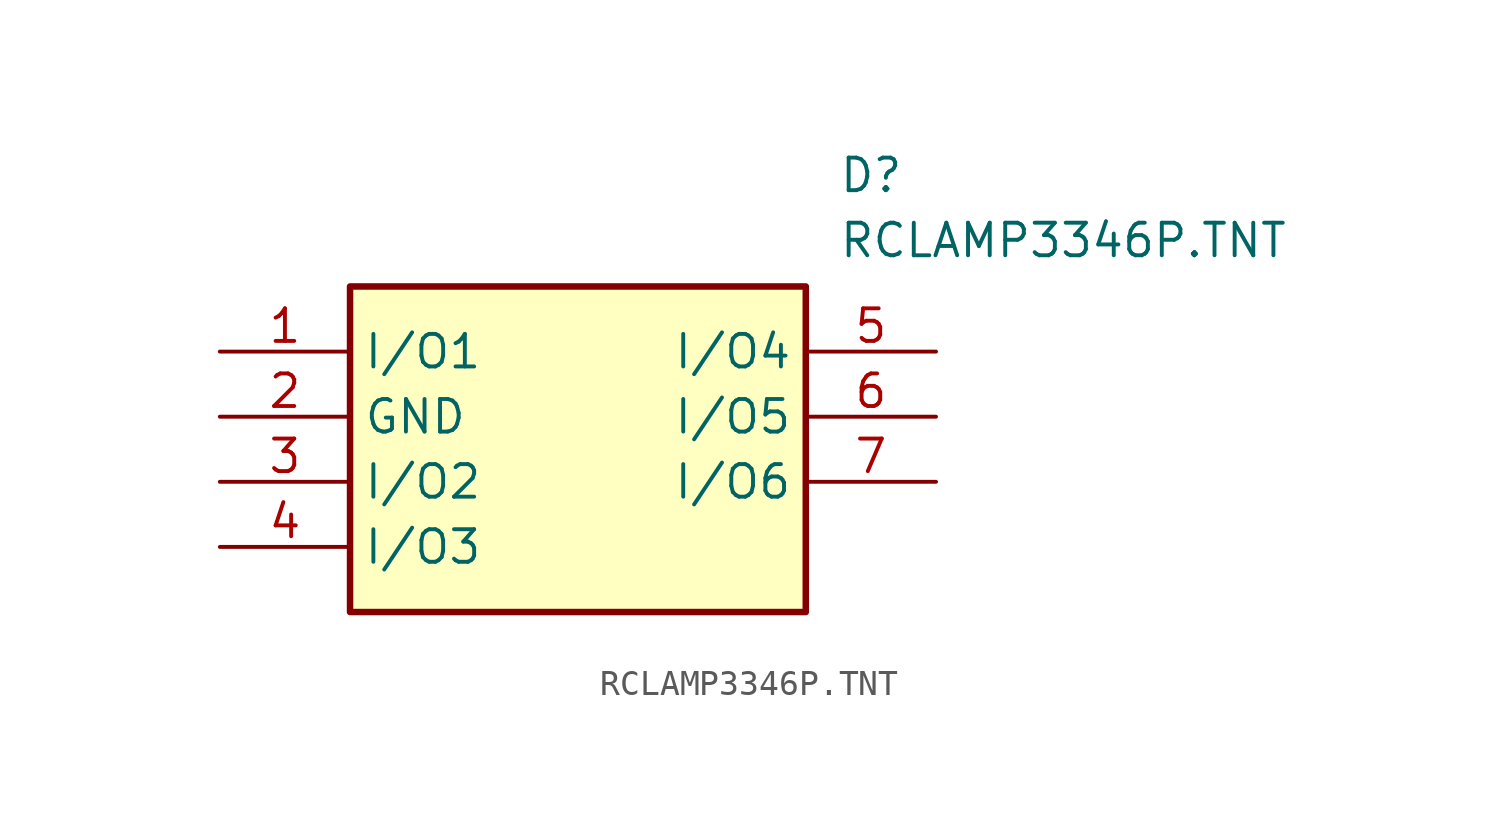
<source format=kicad_sym>
(kicad_symbol_lib
  (version 20211014)
  (generator SamacSys_ECAD_Model)
  (symbol "RCLAMP3346P.TNT"
    (property "Reference" "D"
      (at 24.13 7.62 0)
      (effects (font (size 1.27 1.27)) (justify left top)))
    (property "Value" "RCLAMP3346P.TNT"
      (at 24.13 5.08 0)
      (effects (font (size 1.27 1.27)) (justify left top)))
    (rectangle
      (start 5.08 2.54)
      (end 22.86 -10.16)
      (stroke (width 0.254) (type default))
      (fill (type background)))
    (pin passive line
      (at 0 0 0)
      (length 5.08)
      (name "I/O1" (effects (font (size 1.27 1.27))))
      (number "1" (effects (font (size 1.27 1.27)))))
    (pin passive line
      (at 0 -2.54 0)
      (length 5.08)
      (name "GND" (effects (font (size 1.27 1.27))))
      (number "2" (effects (font (size 1.27 1.27)))))
    (pin passive line
      (at 0 -5.08 0)
      (length 5.08)
      (name "I/O2" (effects (font (size 1.27 1.27))))
      (number "3" (effects (font (size 1.27 1.27)))))
    (pin passive line
      (at 0 -7.62 0)
      (length 5.08)
      (name "I/O3" (effects (font (size 1.27 1.27))))
      (number "4" (effects (font (size 1.27 1.27)))))
    (pin passive line
      (at 27.94 0 180)
      (length 5.08)
      (name "I/O4" (effects (font (size 1.27 1.27))))
      (number "5" (effects (font (size 1.27 1.27)))))
    (pin passive line
      (at 27.94 -2.54 180)
      (length 5.08)
      (name "I/O5" (effects (font (size 1.27 1.27))))
      (number "6" (effects (font (size 1.27 1.27)))))
    (pin passive line
      (at 27.94 -5.08 180)
      (length 5.08)
      (name "I/O6" (effects (font (size 1.27 1.27))))
      (number "7" (effects (font (size 1.27 1.27)))))))
</source>
